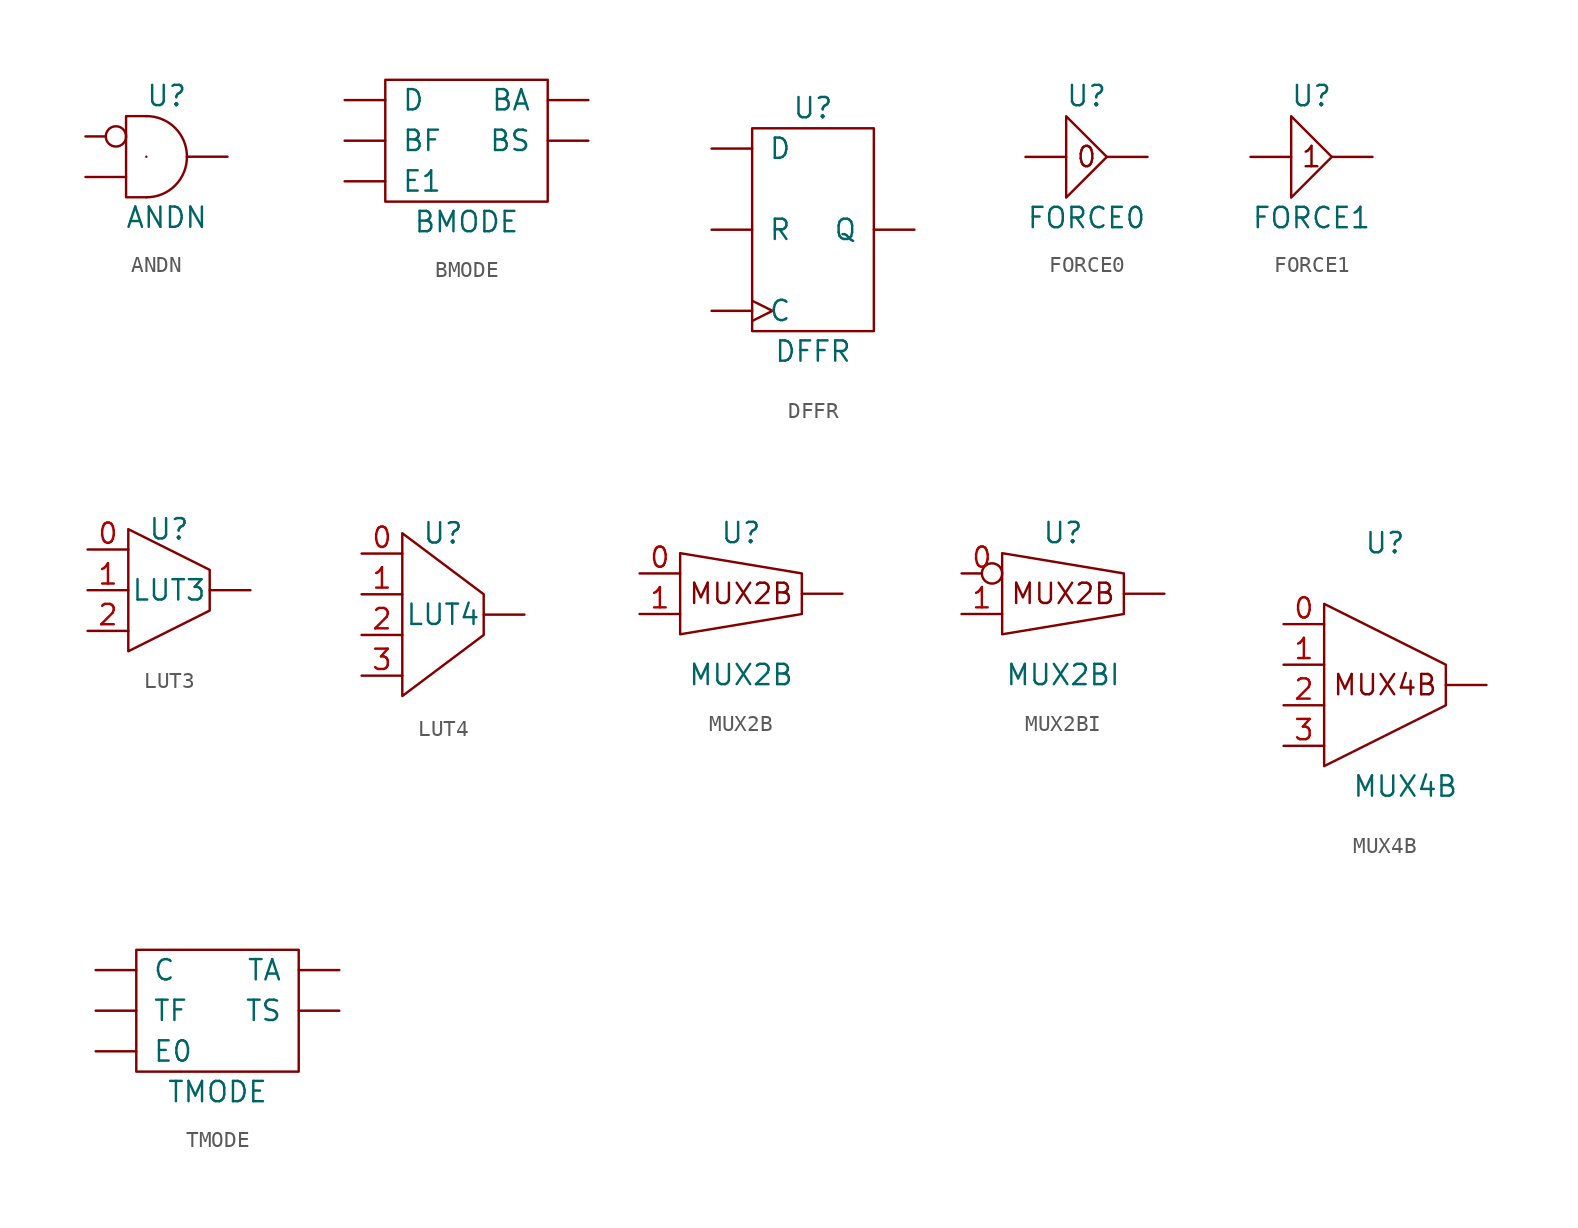
<source format=kicad_sym>
(kicad_symbol_lib
  (version 20211014)
  (generator kicad_symbol_editor)
  (symbol "ANDN"
    (pin_numbers hide)
    (pin_names
      (offset 1.016) hide)
    (property "Reference" "U"
      (at 0 3.81 0)
      (effects (font (size 1.27 1.27))))
    (property "Value" "ANDN"
      (at 0 -3.81 0)
      (effects (font (size 1.27 1.27))))
    (symbol "ANDN_0_1"
      (arc (start -1.27 -2.54) (mid 0.5313 -1.8013) (end 1.27 0) (stroke (width 0) (type default) (color 0 0 0 0)) (fill (type none)))
      (arc (start -1.27 0) (mid -1.27 -5.08) (end -1.27 0) (stroke (width 0) (type default) (color 0 0 0 0)) (fill (type none)))
      (polyline (pts (xy -1.27 2.54) (xy -2.54 2.54) (xy -2.54 -2.54) (xy -1.27 -2.54)) (stroke (width 0) (type default) (color 0 0 0 0)) (fill (type none)))
      (arc (start 1.27 0) (mid 0.5313 1.8013) (end -1.27 2.54) (stroke (width 0) (type default) (color 0 0 0 0)) (fill (type none))))
    (symbol "ANDN_1_1"
      (pin input inverted (at -5.08 1.27 0) (length 2.54) (name "~" (effects (font (size 1.27 1.27)))) (number "0" (effects (font (size 1.27 1.27)))))
      (pin input line (at -5.08 -1.27 0) (length 2.54) (name "~" (effects (font (size 1.27 1.27)))) (number "1" (effects (font (size 1.27 1.27)))))
      (pin output line (at 3.81 0 180) (length 2.54) (name "O" (effects (font (size 1.27 1.27)))) (number "~" (effects (font (size 1.27 1.27)))))))
  (symbol "BMODE"
    (pin_names
      (offset 1.016))
    (property "Reference" "U"
      (at 0 8.89 0)
      (effects (font (size 1.27 1.27)) hide))
    (property "Value" "BMODE"
      (at 0 -1.27 0)
      (effects (font (size 1.27 1.27))))
    (symbol "BMODE_0_1"
      (rectangle (start -5.08 7.62) (end 5.08 0) (stroke (width 0) (type default) (color 0 0 0 0)) (fill (type none))))
    (symbol "BMODE_1_1"
      (pin output line (at 7.62 6.35 180) (length 2.54) (name "BA" (effects (font (size 1.27 1.27)))) (number "" (effects (font (size 1.27 1.27)))))
      (pin input line (at -7.62 3.81 0) (length 2.54) (name "BF" (effects (font (size 1.27 1.27)))) (number "" (effects (font (size 1.27 1.27)))))
      (pin output line (at 7.62 3.81 180) (length 2.54) (name "BS" (effects (font (size 1.27 1.27)))) (number "" (effects (font (size 1.27 1.27)))))
      (pin input line (at -7.62 6.35 0) (length 2.54) (name "D" (effects (font (size 1.27 1.27)))) (number "" (effects (font (size 1.27 1.27)))))
      (pin input line (at -7.62 1.27 0) (length 2.54) (name "E1" (effects (font (size 1.27 1.27)))) (number "" (effects (font (size 1.27 1.27)))))))
  (symbol "DFFR"
    (pin_numbers hide)
    (pin_names
      (offset 1.016))
    (property "Reference" "U"
      (at 0 7.62 0)
      (effects (font (size 1.27 1.27))))
    (property "Value" "DFFR"
      (at 0 -7.62 0)
      (effects (font (size 1.27 1.27))))
    (symbol "DFFR_0_1"
      (rectangle (start -3.81 6.35) (end 3.81 -6.35) (stroke (width 0) (type default) (color 0 0 0 0)) (fill (type none))))
    (symbol "DFFR_1_1"
      (pin input clock (at -6.35 -5.08 0) (length 2.54) (name "C" (effects (font (size 1.27 1.27)))) (number "~" (effects (font (size 1.27 1.27)))))
      (pin input line (at -6.35 5.08 0) (length 2.54) (name "D" (effects (font (size 1.27 1.27)))) (number "~" (effects (font (size 1.27 1.27)))))
      (pin output line (at 6.35 0 180) (length 2.54) (name "Q" (effects (font (size 1.27 1.27)))) (number "~" (effects (font (size 1.27 1.27)))))
      (pin input line (at -6.35 0 0) (length 2.54) (name "R" (effects (font (size 1.27 1.27)))) (number "~" (effects (font (size 1.27 1.27)))))))
  (symbol "FORCE0"
    (pin_names
      (offset 1.016))
    (property "Reference" "U"
      (at 0 3.81 0)
      (effects (font (size 1.27 1.27))))
    (property "Value" "FORCE0"
      (at 0 -3.81 0)
      (effects (font (size 1.27 1.27))))
    (symbol "FORCE0_0_0"
      (polyline (pts (xy -1.27 2.54) (xy -1.27 -2.54) (xy 1.27 0) (xy -1.27 2.54)) (stroke (width 0) (type default) (color 0 0 0 0)) (fill (type none)))
      (text "0" (at 0 0 0) (effects (font (size 1.27 1.27)))))
    (symbol "FORCE0_1_1"
      (pin input line (at -3.81 0 0) (length 2.54) (name "" (effects (font (size 1.27 1.27)))) (number "" (effects (font (size 1.27 1.27)))))
      (pin output line (at 3.81 0 180) (length 2.54) (name "" (effects (font (size 1.27 1.27)))) (number "" (effects (font (size 1.27 1.27)))))))
  (symbol "FORCE1"
    (pin_names
      (offset 1.016))
    (property "Reference" "U"
      (at 0 3.81 0)
      (effects (font (size 1.27 1.27))))
    (property "Value" "FORCE1"
      (at 0 -3.81 0)
      (effects (font (size 1.27 1.27))))
    (symbol "FORCE1_0_0"
      (polyline (pts (xy -1.27 2.54) (xy -1.27 -2.54) (xy 1.27 0) (xy -1.27 2.54)) (stroke (width 0) (type default) (color 0 0 0 0)) (fill (type none)))
      (text "1" (at 0 0 0) (effects (font (size 1.27 1.27)))))
    (symbol "FORCE1_1_1"
      (pin input line (at -3.81 0 0) (length 2.54) (name "" (effects (font (size 1.27 1.27)))) (number "" (effects (font (size 1.27 1.27)))))
      (pin output line (at 3.81 0 180) (length 2.54) (name "" (effects (font (size 1.27 1.27)))) (number "" (effects (font (size 1.27 1.27)))))))
  (symbol "LUT3"
    (pin_names
      (offset 0) hide)
    (property "Reference" "U"
      (at 0 3.81 0)
      (effects (font (size 1.27 1.27))))
    (property "Value" "LUT3"
      (at 0 0 0)
      (effects (font (size 1.27 1.27))))
    (symbol "LUT3_0_1"
      (polyline (pts (xy -2.54 3.81) (xy -2.54 -3.81) (xy 2.54 -1.27) (xy 2.54 1.27) (xy -2.54 3.81)) (stroke (width 0) (type default) (color 0 0 0 0)) (fill (type none))))
    (symbol "LUT3_1_1"
      (pin output line (at 5.08 0 180) (length 2.54) (name "O" (effects (font (size 1.27 1.27)))) (number "" (effects (font (size 1.27 1.27)))))
      (pin input line (at -5.08 2.54 0) (length 2.54) (name "~" (effects (font (size 1.27 1.27)))) (number "0" (effects (font (size 1.27 1.27)))))
      (pin input line (at -5.08 0 0) (length 2.54) (name "~" (effects (font (size 1.27 1.27)))) (number "1" (effects (font (size 1.27 1.27)))))
      (pin input line (at -5.08 -2.54 0) (length 2.54) (name "~" (effects (font (size 1.27 1.27)))) (number "2" (effects (font (size 1.27 1.27)))))))
  (symbol "LUT4"
    (pin_names
      (offset 0) hide)
    (property "Reference" "U"
      (at 0 5.08 0)
      (effects (font (size 1.27 1.27))))
    (property "Value" "LUT4"
      (at 0 0 0)
      (effects (font (size 1.27 1.27))))
    (symbol "LUT4_0_1"
      (polyline (pts (xy -2.54 5.08) (xy -2.54 -5.08) (xy 2.54 -1.27) (xy 2.54 1.27) (xy -2.54 5.08)) (stroke (width 0) (type default) (color 0 0 0 0)) (fill (type none))))
    (symbol "LUT4_1_1"
      (pin output line (at 5.08 0 180) (length 2.54) (name "O" (effects (font (size 1.27 1.27)))) (number "" (effects (font (size 1.27 1.27)))))
      (pin input line (at -5.08 3.81 0) (length 2.54) (name "~" (effects (font (size 1.27 1.27)))) (number "0" (effects (font (size 1.27 1.27)))))
      (pin input line (at -5.08 1.27 0) (length 2.54) (name "~" (effects (font (size 1.27 1.27)))) (number "1" (effects (font (size 1.27 1.27)))))
      (pin input line (at -5.08 -1.27 0) (length 2.54) (name "~" (effects (font (size 1.27 1.27)))) (number "2" (effects (font (size 1.27 1.27)))))
      (pin input line (at -5.08 -3.81 0) (length 2.54) (name "~" (effects (font (size 1.27 1.27)))) (number "3" (effects (font (size 1.27 1.27)))))))
  (symbol "MUX2B"
    (pin_names
      (offset 0) hide)
    (property "Reference" "U"
      (at 0 3.81 0)
      (effects (font (size 1.27 1.27))))
    (property "Value" "MUX2B"
      (at 0 -5.08 0)
      (effects (font (size 1.27 1.27))))
    (symbol "MUX2B_0_0"
      (polyline (pts (xy -3.81 2.54) (xy -3.81 -2.54) (xy 3.81 -1.27) (xy 3.81 1.27) (xy -3.81 2.54)) (stroke (width 0) (type default) (color 0 0 0 0)) (fill (type none)))
      (text "MUX2B" (at 0 0 0) (effects (font (size 1.27 1.27)))))
    (symbol "MUX2B_1_1"
      (pin output line (at 6.35 0 180) (length 2.54) (name "O" (effects (font (size 1.27 1.27)))) (number "" (effects (font (size 1.27 1.27)))))
      (pin input line (at -6.35 1.27 0) (length 2.54) (name "~" (effects (font (size 1.27 1.27)))) (number "0" (effects (font (size 1.27 1.27)))))
      (pin input line (at -6.35 -1.27 0) (length 2.54) (name "~" (effects (font (size 1.27 1.27)))) (number "1" (effects (font (size 1.27 1.27)))))))
  (symbol "MUX2BI"
    (pin_names
      (offset 0) hide)
    (property "Reference" "U"
      (at 0 3.81 0)
      (effects (font (size 1.27 1.27))))
    (property "Value" "MUX2BI"
      (at 0 -5.08 0)
      (effects (font (size 1.27 1.27))))
    (symbol "MUX2BI_0_0"
      (polyline (pts (xy -3.81 2.54) (xy -3.81 -2.54) (xy 3.81 -1.27) (xy 3.81 1.27) (xy -3.81 2.54)) (stroke (width 0) (type default) (color 0 0 0 0)) (fill (type none)))
      (text "MUX2B" (at 0 0 0) (effects (font (size 1.27 1.27)))))
    (symbol "MUX2BI_1_1"
      (pin output line (at 6.35 0 180) (length 2.54) (name "O" (effects (font (size 1.27 1.27)))) (number "" (effects (font (size 1.27 1.27)))))
      (pin input inverted (at -6.35 1.27 0) (length 2.54) (name "~" (effects (font (size 1.27 1.27)))) (number "0" (effects (font (size 1.27 1.27)))))
      (pin input line (at -6.35 -1.27 0) (length 2.54) (name "~" (effects (font (size 1.27 1.27)))) (number "1" (effects (font (size 1.27 1.27)))))))
  (symbol "MUX4B"
    (pin_names
      (offset 0) hide)
    (property "Reference" "U"
      (at 0 8.89 0)
      (effects (font (size 1.27 1.27))))
    (property "Value" "MUX4B"
      (at 1.27 -6.35 0)
      (effects (font (size 1.27 1.27))))
    (symbol "MUX4B_0_0"
      (text "MUX4B" (at 0 0 0) (effects (font (size 1.27 1.27)))))
    (symbol "MUX4B_0_1"
      (polyline (pts (xy 3.81 1.27) (xy 3.81 -1.27) (xy -3.81 -5.08) (xy -3.81 5.08) (xy 3.81 1.27)) (stroke (width 0) (type default) (color 0 0 0 0)) (fill (type none))))
    (symbol "MUX4B_1_1"
      (pin output line (at 6.35 0 180) (length 2.54) (name "O" (effects (font (size 1.27 1.27)))) (number "" (effects (font (size 1.27 1.27)))))
      (pin input line (at -6.35 3.81 0) (length 2.54) (name "~" (effects (font (size 1.27 1.27)))) (number "0" (effects (font (size 1.27 1.27)))))
      (pin input line (at -6.35 1.27 0) (length 2.54) (name "~" (effects (font (size 1.27 1.27)))) (number "1" (effects (font (size 1.27 1.27)))))
      (pin input line (at -6.35 -1.27 0) (length 2.54) (name "~" (effects (font (size 1.27 1.27)))) (number "2" (effects (font (size 1.27 1.27)))))
      (pin input line (at -6.35 -3.81 0) (length 2.54) (name "~" (effects (font (size 1.27 1.27)))) (number "3" (effects (font (size 1.27 1.27)))))))
  (symbol "TMODE"
    (pin_names
      (offset 1.016))
    (property "Reference" "U"
      (at 0 8.89 0)
      (effects (font (size 1.27 1.27)) hide))
    (property "Value" "TMODE"
      (at 0 -1.27 0)
      (effects (font (size 1.27 1.27))))
    (symbol "TMODE_0_1"
      (rectangle (start -5.08 7.62) (end 5.08 0) (stroke (width 0) (type default) (color 0 0 0 0)) (fill (type none))))
    (symbol "TMODE_1_1"
      (pin input line (at -7.62 6.35 0) (length 2.54) (name "C" (effects (font (size 1.27 1.27)))) (number "" (effects (font (size 1.27 1.27)))))
      (pin input line (at -7.62 1.27 0) (length 2.54) (name "E0" (effects (font (size 1.27 1.27)))) (number "" (effects (font (size 1.27 1.27)))))
      (pin output line (at 7.62 6.35 180) (length 2.54) (name "TA" (effects (font (size 1.27 1.27)))) (number "" (effects (font (size 1.27 1.27)))))
      (pin input line (at -7.62 3.81 0) (length 2.54) (name "TF" (effects (font (size 1.27 1.27)))) (number "" (effects (font (size 1.27 1.27)))))
      (pin output line (at 7.62 3.81 180) (length 2.54) (name "TS" (effects (font (size 1.27 1.27)))) (number "" (effects (font (size 1.27 1.27))))))))
</source>
